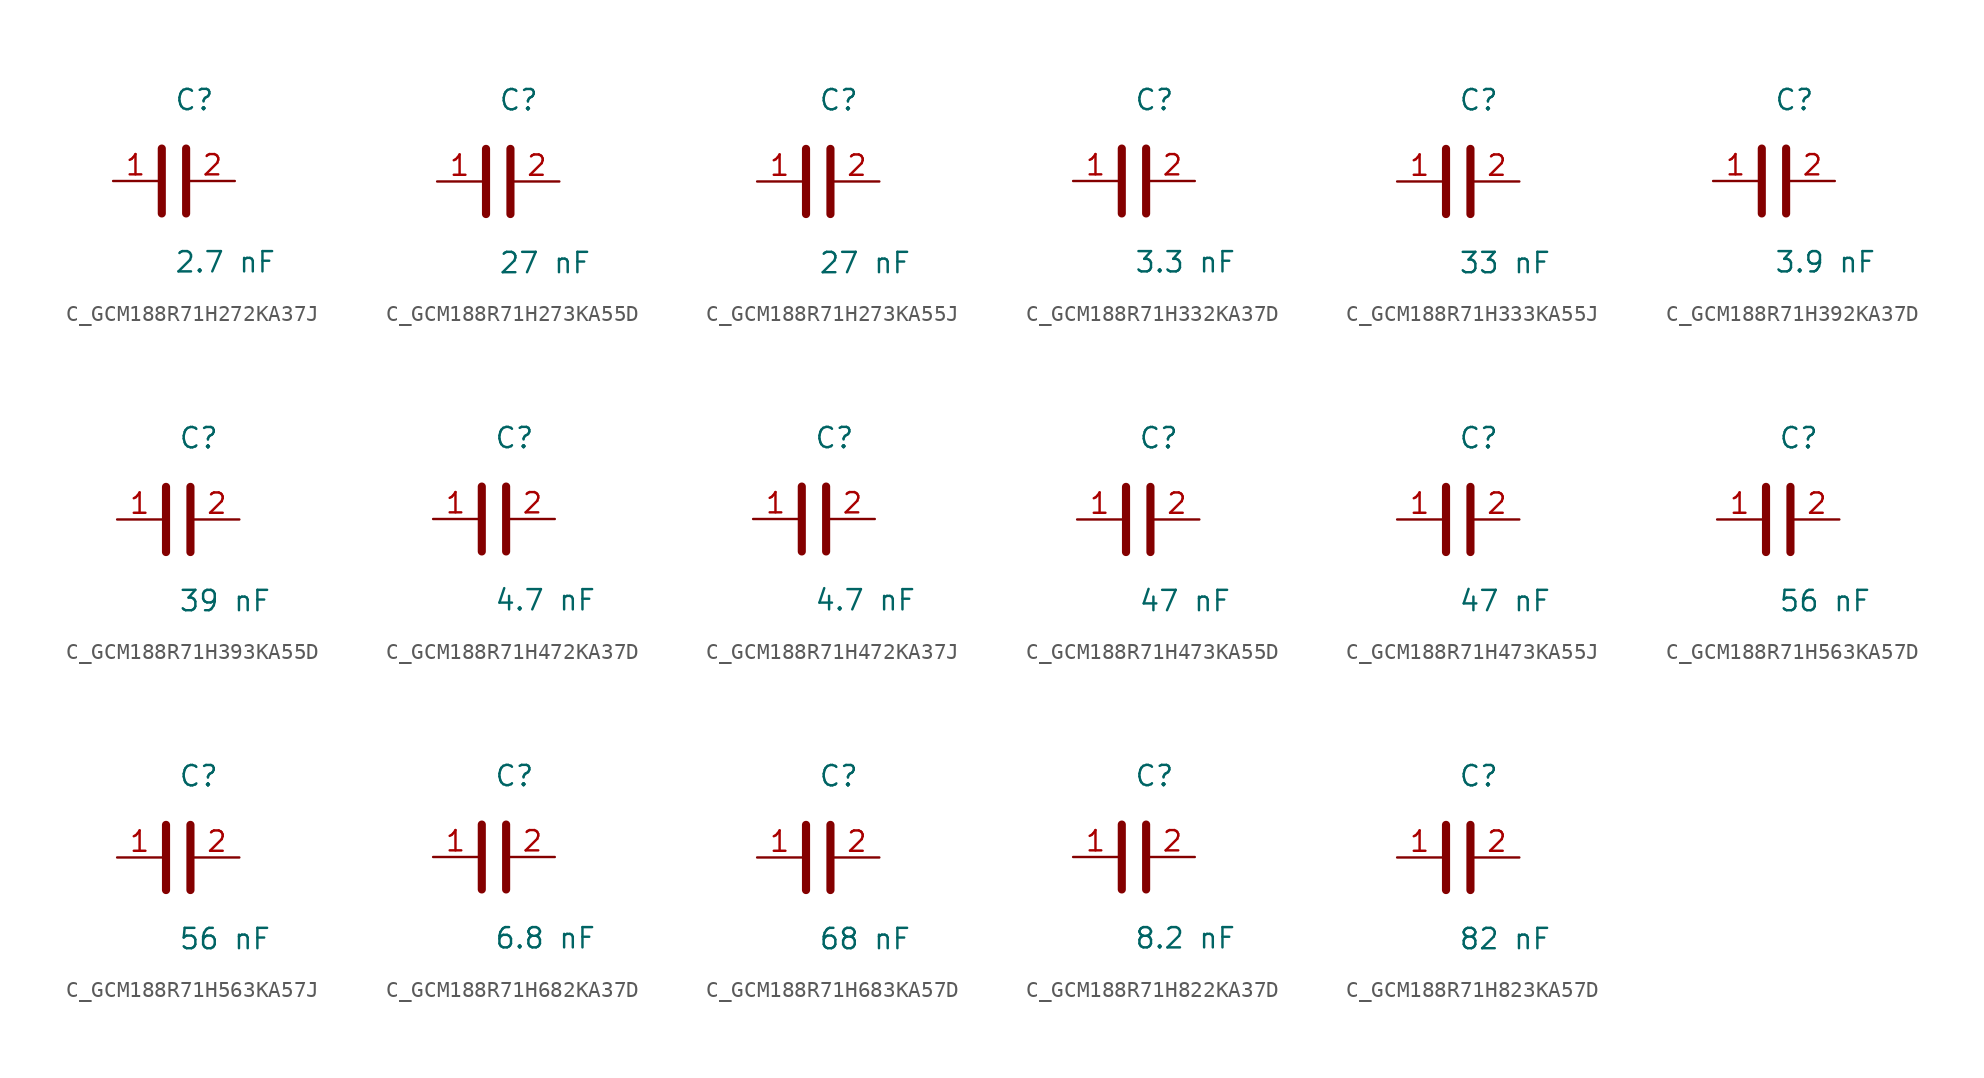
<source format=kicad_sym>
(kicad_symbol_lib
  (version 20231120)
  (generator kicad_symbol_editor)
  (generator_version 8.0)
  (symbol "C_GCM188R71H272KA37J"
    (pin_names
      (offset 0.254))
    (property "Reference" "C"
      (at 0.0 5.08 0)
      (effects (font (size 1.27 1.27)) (justify left)))
    (property "Value" "2.7 nF"
      (at 0.0 -5.08 0)
      (effects (font (size 1.27 1.27)) (justify left)))
    (symbol "C_GCM188R71H272KA37J_0_1"
      (polyline (pts (xy -0.762 -2.032) (xy -0.762 2.032)) (stroke (width 0.508) (type default)) (fill (type none)))
      (polyline (pts (xy 0.762 -2.032) (xy 0.762 2.032)) (stroke (width 0.508) (type default)) (fill (type none))))
    (pin unspecified line
      (at -3.81 0 0)
      (length 2.8)
      (name "" (effects (font (size 1.27 1.27))))
      (number "1" (effects (font (size 1.27 1.27)))))
    (pin unspecified line
      (at 3.81 0 180)
      (length 2.8)
      (name "" (effects (font (size 1.27 1.27))))
      (number "2" (effects (font (size 1.27 1.27))))))
  (symbol "C_GCM188R71H273KA55D"
    (pin_names
      (offset 0.254))
    (property "Reference" "C"
      (at 0.0 5.08 0)
      (effects (font (size 1.27 1.27)) (justify left)))
    (property "Value" "27 nF"
      (at 0.0 -5.08 0)
      (effects (font (size 1.27 1.27)) (justify left)))
    (symbol "C_GCM188R71H273KA55D_0_1"
      (polyline (pts (xy -0.762 -2.032) (xy -0.762 2.032)) (stroke (width 0.508) (type default)) (fill (type none)))
      (polyline (pts (xy 0.762 -2.032) (xy 0.762 2.032)) (stroke (width 0.508) (type default)) (fill (type none))))
    (pin unspecified line
      (at -3.81 0 0)
      (length 2.8)
      (name "" (effects (font (size 1.27 1.27))))
      (number "1" (effects (font (size 1.27 1.27)))))
    (pin unspecified line
      (at 3.81 0 180)
      (length 2.8)
      (name "" (effects (font (size 1.27 1.27))))
      (number "2" (effects (font (size 1.27 1.27))))))
  (symbol "C_GCM188R71H273KA55J"
    (pin_names
      (offset 0.254))
    (property "Reference" "C"
      (at 0.0 5.08 0)
      (effects (font (size 1.27 1.27)) (justify left)))
    (property "Value" "27 nF"
      (at 0.0 -5.08 0)
      (effects (font (size 1.27 1.27)) (justify left)))
    (symbol "C_GCM188R71H273KA55J_0_1"
      (polyline (pts (xy -0.762 -2.032) (xy -0.762 2.032)) (stroke (width 0.508) (type default)) (fill (type none)))
      (polyline (pts (xy 0.762 -2.032) (xy 0.762 2.032)) (stroke (width 0.508) (type default)) (fill (type none))))
    (pin unspecified line
      (at -3.81 0 0)
      (length 2.8)
      (name "" (effects (font (size 1.27 1.27))))
      (number "1" (effects (font (size 1.27 1.27)))))
    (pin unspecified line
      (at 3.81 0 180)
      (length 2.8)
      (name "" (effects (font (size 1.27 1.27))))
      (number "2" (effects (font (size 1.27 1.27))))))
  (symbol "C_GCM188R71H332KA37D"
    (pin_names
      (offset 0.254))
    (property "Reference" "C"
      (at 0.0 5.08 0)
      (effects (font (size 1.27 1.27)) (justify left)))
    (property "Value" "3.3 nF"
      (at 0.0 -5.08 0)
      (effects (font (size 1.27 1.27)) (justify left)))
    (symbol "C_GCM188R71H332KA37D_0_1"
      (polyline (pts (xy -0.762 -2.032) (xy -0.762 2.032)) (stroke (width 0.508) (type default)) (fill (type none)))
      (polyline (pts (xy 0.762 -2.032) (xy 0.762 2.032)) (stroke (width 0.508) (type default)) (fill (type none))))
    (pin unspecified line
      (at -3.81 0 0)
      (length 2.8)
      (name "" (effects (font (size 1.27 1.27))))
      (number "1" (effects (font (size 1.27 1.27)))))
    (pin unspecified line
      (at 3.81 0 180)
      (length 2.8)
      (name "" (effects (font (size 1.27 1.27))))
      (number "2" (effects (font (size 1.27 1.27))))))
  (symbol "C_GCM188R71H333KA55J"
    (pin_names
      (offset 0.254))
    (property "Reference" "C"
      (at 0.0 5.08 0)
      (effects (font (size 1.27 1.27)) (justify left)))
    (property "Value" "33 nF"
      (at 0.0 -5.08 0)
      (effects (font (size 1.27 1.27)) (justify left)))
    (symbol "C_GCM188R71H333KA55J_0_1"
      (polyline (pts (xy -0.762 -2.032) (xy -0.762 2.032)) (stroke (width 0.508) (type default)) (fill (type none)))
      (polyline (pts (xy 0.762 -2.032) (xy 0.762 2.032)) (stroke (width 0.508) (type default)) (fill (type none))))
    (pin unspecified line
      (at -3.81 0 0)
      (length 2.8)
      (name "" (effects (font (size 1.27 1.27))))
      (number "1" (effects (font (size 1.27 1.27)))))
    (pin unspecified line
      (at 3.81 0 180)
      (length 2.8)
      (name "" (effects (font (size 1.27 1.27))))
      (number "2" (effects (font (size 1.27 1.27))))))
  (symbol "C_GCM188R71H392KA37D"
    (pin_names
      (offset 0.254))
    (property "Reference" "C"
      (at 0.0 5.08 0)
      (effects (font (size 1.27 1.27)) (justify left)))
    (property "Value" "3.9 nF"
      (at 0.0 -5.08 0)
      (effects (font (size 1.27 1.27)) (justify left)))
    (symbol "C_GCM188R71H392KA37D_0_1"
      (polyline (pts (xy -0.762 -2.032) (xy -0.762 2.032)) (stroke (width 0.508) (type default)) (fill (type none)))
      (polyline (pts (xy 0.762 -2.032) (xy 0.762 2.032)) (stroke (width 0.508) (type default)) (fill (type none))))
    (pin unspecified line
      (at -3.81 0 0)
      (length 2.8)
      (name "" (effects (font (size 1.27 1.27))))
      (number "1" (effects (font (size 1.27 1.27)))))
    (pin unspecified line
      (at 3.81 0 180)
      (length 2.8)
      (name "" (effects (font (size 1.27 1.27))))
      (number "2" (effects (font (size 1.27 1.27))))))
  (symbol "C_GCM188R71H393KA55D"
    (pin_names
      (offset 0.254))
    (property "Reference" "C"
      (at 0.0 5.08 0)
      (effects (font (size 1.27 1.27)) (justify left)))
    (property "Value" "39 nF"
      (at 0.0 -5.08 0)
      (effects (font (size 1.27 1.27)) (justify left)))
    (symbol "C_GCM188R71H393KA55D_0_1"
      (polyline (pts (xy -0.762 -2.032) (xy -0.762 2.032)) (stroke (width 0.508) (type default)) (fill (type none)))
      (polyline (pts (xy 0.762 -2.032) (xy 0.762 2.032)) (stroke (width 0.508) (type default)) (fill (type none))))
    (pin unspecified line
      (at -3.81 0 0)
      (length 2.8)
      (name "" (effects (font (size 1.27 1.27))))
      (number "1" (effects (font (size 1.27 1.27)))))
    (pin unspecified line
      (at 3.81 0 180)
      (length 2.8)
      (name "" (effects (font (size 1.27 1.27))))
      (number "2" (effects (font (size 1.27 1.27))))))
  (symbol "C_GCM188R71H472KA37D"
    (pin_names
      (offset 0.254))
    (property "Reference" "C"
      (at 0.0 5.08 0)
      (effects (font (size 1.27 1.27)) (justify left)))
    (property "Value" "4.7 nF"
      (at 0.0 -5.08 0)
      (effects (font (size 1.27 1.27)) (justify left)))
    (symbol "C_GCM188R71H472KA37D_0_1"
      (polyline (pts (xy -0.762 -2.032) (xy -0.762 2.032)) (stroke (width 0.508) (type default)) (fill (type none)))
      (polyline (pts (xy 0.762 -2.032) (xy 0.762 2.032)) (stroke (width 0.508) (type default)) (fill (type none))))
    (pin unspecified line
      (at -3.81 0 0)
      (length 2.8)
      (name "" (effects (font (size 1.27 1.27))))
      (number "1" (effects (font (size 1.27 1.27)))))
    (pin unspecified line
      (at 3.81 0 180)
      (length 2.8)
      (name "" (effects (font (size 1.27 1.27))))
      (number "2" (effects (font (size 1.27 1.27))))))
  (symbol "C_GCM188R71H472KA37J"
    (pin_names
      (offset 0.254))
    (property "Reference" "C"
      (at 0.0 5.08 0)
      (effects (font (size 1.27 1.27)) (justify left)))
    (property "Value" "4.7 nF"
      (at 0.0 -5.08 0)
      (effects (font (size 1.27 1.27)) (justify left)))
    (symbol "C_GCM188R71H472KA37J_0_1"
      (polyline (pts (xy -0.762 -2.032) (xy -0.762 2.032)) (stroke (width 0.508) (type default)) (fill (type none)))
      (polyline (pts (xy 0.762 -2.032) (xy 0.762 2.032)) (stroke (width 0.508) (type default)) (fill (type none))))
    (pin unspecified line
      (at -3.81 0 0)
      (length 2.8)
      (name "" (effects (font (size 1.27 1.27))))
      (number "1" (effects (font (size 1.27 1.27)))))
    (pin unspecified line
      (at 3.81 0 180)
      (length 2.8)
      (name "" (effects (font (size 1.27 1.27))))
      (number "2" (effects (font (size 1.27 1.27))))))
  (symbol "C_GCM188R71H473KA55D"
    (pin_names
      (offset 0.254))
    (property "Reference" "C"
      (at 0.0 5.08 0)
      (effects (font (size 1.27 1.27)) (justify left)))
    (property "Value" "47 nF"
      (at 0.0 -5.08 0)
      (effects (font (size 1.27 1.27)) (justify left)))
    (symbol "C_GCM188R71H473KA55D_0_1"
      (polyline (pts (xy -0.762 -2.032) (xy -0.762 2.032)) (stroke (width 0.508) (type default)) (fill (type none)))
      (polyline (pts (xy 0.762 -2.032) (xy 0.762 2.032)) (stroke (width 0.508) (type default)) (fill (type none))))
    (pin unspecified line
      (at -3.81 0 0)
      (length 2.8)
      (name "" (effects (font (size 1.27 1.27))))
      (number "1" (effects (font (size 1.27 1.27)))))
    (pin unspecified line
      (at 3.81 0 180)
      (length 2.8)
      (name "" (effects (font (size 1.27 1.27))))
      (number "2" (effects (font (size 1.27 1.27))))))
  (symbol "C_GCM188R71H473KA55J"
    (pin_names
      (offset 0.254))
    (property "Reference" "C"
      (at 0.0 5.08 0)
      (effects (font (size 1.27 1.27)) (justify left)))
    (property "Value" "47 nF"
      (at 0.0 -5.08 0)
      (effects (font (size 1.27 1.27)) (justify left)))
    (symbol "C_GCM188R71H473KA55J_0_1"
      (polyline (pts (xy -0.762 -2.032) (xy -0.762 2.032)) (stroke (width 0.508) (type default)) (fill (type none)))
      (polyline (pts (xy 0.762 -2.032) (xy 0.762 2.032)) (stroke (width 0.508) (type default)) (fill (type none))))
    (pin unspecified line
      (at -3.81 0 0)
      (length 2.8)
      (name "" (effects (font (size 1.27 1.27))))
      (number "1" (effects (font (size 1.27 1.27)))))
    (pin unspecified line
      (at 3.81 0 180)
      (length 2.8)
      (name "" (effects (font (size 1.27 1.27))))
      (number "2" (effects (font (size 1.27 1.27))))))
  (symbol "C_GCM188R71H563KA57D"
    (pin_names
      (offset 0.254))
    (property "Reference" "C"
      (at 0.0 5.08 0)
      (effects (font (size 1.27 1.27)) (justify left)))
    (property "Value" "56 nF"
      (at 0.0 -5.08 0)
      (effects (font (size 1.27 1.27)) (justify left)))
    (symbol "C_GCM188R71H563KA57D_0_1"
      (polyline (pts (xy -0.762 -2.032) (xy -0.762 2.032)) (stroke (width 0.508) (type default)) (fill (type none)))
      (polyline (pts (xy 0.762 -2.032) (xy 0.762 2.032)) (stroke (width 0.508) (type default)) (fill (type none))))
    (pin unspecified line
      (at -3.81 0 0)
      (length 2.8)
      (name "" (effects (font (size 1.27 1.27))))
      (number "1" (effects (font (size 1.27 1.27)))))
    (pin unspecified line
      (at 3.81 0 180)
      (length 2.8)
      (name "" (effects (font (size 1.27 1.27))))
      (number "2" (effects (font (size 1.27 1.27))))))
  (symbol "C_GCM188R71H563KA57J"
    (pin_names
      (offset 0.254))
    (property "Reference" "C"
      (at 0.0 5.08 0)
      (effects (font (size 1.27 1.27)) (justify left)))
    (property "Value" "56 nF"
      (at 0.0 -5.08 0)
      (effects (font (size 1.27 1.27)) (justify left)))
    (symbol "C_GCM188R71H563KA57J_0_1"
      (polyline (pts (xy -0.762 -2.032) (xy -0.762 2.032)) (stroke (width 0.508) (type default)) (fill (type none)))
      (polyline (pts (xy 0.762 -2.032) (xy 0.762 2.032)) (stroke (width 0.508) (type default)) (fill (type none))))
    (pin unspecified line
      (at -3.81 0 0)
      (length 2.8)
      (name "" (effects (font (size 1.27 1.27))))
      (number "1" (effects (font (size 1.27 1.27)))))
    (pin unspecified line
      (at 3.81 0 180)
      (length 2.8)
      (name "" (effects (font (size 1.27 1.27))))
      (number "2" (effects (font (size 1.27 1.27))))))
  (symbol "C_GCM188R71H682KA37D"
    (pin_names
      (offset 0.254))
    (property "Reference" "C"
      (at 0.0 5.08 0)
      (effects (font (size 1.27 1.27)) (justify left)))
    (property "Value" "6.8 nF"
      (at 0.0 -5.08 0)
      (effects (font (size 1.27 1.27)) (justify left)))
    (symbol "C_GCM188R71H682KA37D_0_1"
      (polyline (pts (xy -0.762 -2.032) (xy -0.762 2.032)) (stroke (width 0.508) (type default)) (fill (type none)))
      (polyline (pts (xy 0.762 -2.032) (xy 0.762 2.032)) (stroke (width 0.508) (type default)) (fill (type none))))
    (pin unspecified line
      (at -3.81 0 0)
      (length 2.8)
      (name "" (effects (font (size 1.27 1.27))))
      (number "1" (effects (font (size 1.27 1.27)))))
    (pin unspecified line
      (at 3.81 0 180)
      (length 2.8)
      (name "" (effects (font (size 1.27 1.27))))
      (number "2" (effects (font (size 1.27 1.27))))))
  (symbol "C_GCM188R71H683KA57D"
    (pin_names
      (offset 0.254))
    (property "Reference" "C"
      (at 0.0 5.08 0)
      (effects (font (size 1.27 1.27)) (justify left)))
    (property "Value" "68 nF"
      (at 0.0 -5.08 0)
      (effects (font (size 1.27 1.27)) (justify left)))
    (symbol "C_GCM188R71H683KA57D_0_1"
      (polyline (pts (xy -0.762 -2.032) (xy -0.762 2.032)) (stroke (width 0.508) (type default)) (fill (type none)))
      (polyline (pts (xy 0.762 -2.032) (xy 0.762 2.032)) (stroke (width 0.508) (type default)) (fill (type none))))
    (pin unspecified line
      (at -3.81 0 0)
      (length 2.8)
      (name "" (effects (font (size 1.27 1.27))))
      (number "1" (effects (font (size 1.27 1.27)))))
    (pin unspecified line
      (at 3.81 0 180)
      (length 2.8)
      (name "" (effects (font (size 1.27 1.27))))
      (number "2" (effects (font (size 1.27 1.27))))))
  (symbol "C_GCM188R71H822KA37D"
    (pin_names
      (offset 0.254))
    (property "Reference" "C"
      (at 0.0 5.08 0)
      (effects (font (size 1.27 1.27)) (justify left)))
    (property "Value" "8.2 nF"
      (at 0.0 -5.08 0)
      (effects (font (size 1.27 1.27)) (justify left)))
    (symbol "C_GCM188R71H822KA37D_0_1"
      (polyline (pts (xy -0.762 -2.032) (xy -0.762 2.032)) (stroke (width 0.508) (type default)) (fill (type none)))
      (polyline (pts (xy 0.762 -2.032) (xy 0.762 2.032)) (stroke (width 0.508) (type default)) (fill (type none))))
    (pin unspecified line
      (at -3.81 0 0)
      (length 2.8)
      (name "" (effects (font (size 1.27 1.27))))
      (number "1" (effects (font (size 1.27 1.27)))))
    (pin unspecified line
      (at 3.81 0 180)
      (length 2.8)
      (name "" (effects (font (size 1.27 1.27))))
      (number "2" (effects (font (size 1.27 1.27))))))
  (symbol "C_GCM188R71H823KA57D"
    (pin_names
      (offset 0.254))
    (property "Reference" "C"
      (at 0.0 5.08 0)
      (effects (font (size 1.27 1.27)) (justify left)))
    (property "Value" "82 nF"
      (at 0.0 -5.08 0)
      (effects (font (size 1.27 1.27)) (justify left)))
    (symbol "C_GCM188R71H823KA57D_0_1"
      (polyline (pts (xy -0.762 -2.032) (xy -0.762 2.032)) (stroke (width 0.508) (type default)) (fill (type none)))
      (polyline (pts (xy 0.762 -2.032) (xy 0.762 2.032)) (stroke (width 0.508) (type default)) (fill (type none))))
    (pin unspecified line
      (at -3.81 0 0)
      (length 2.8)
      (name "" (effects (font (size 1.27 1.27))))
      (number "1" (effects (font (size 1.27 1.27)))))
    (pin unspecified line
      (at 3.81 0 180)
      (length 2.8)
      (name "" (effects (font (size 1.27 1.27))))
      (number "2" (effects (font (size 1.27 1.27)))))))
</source>
